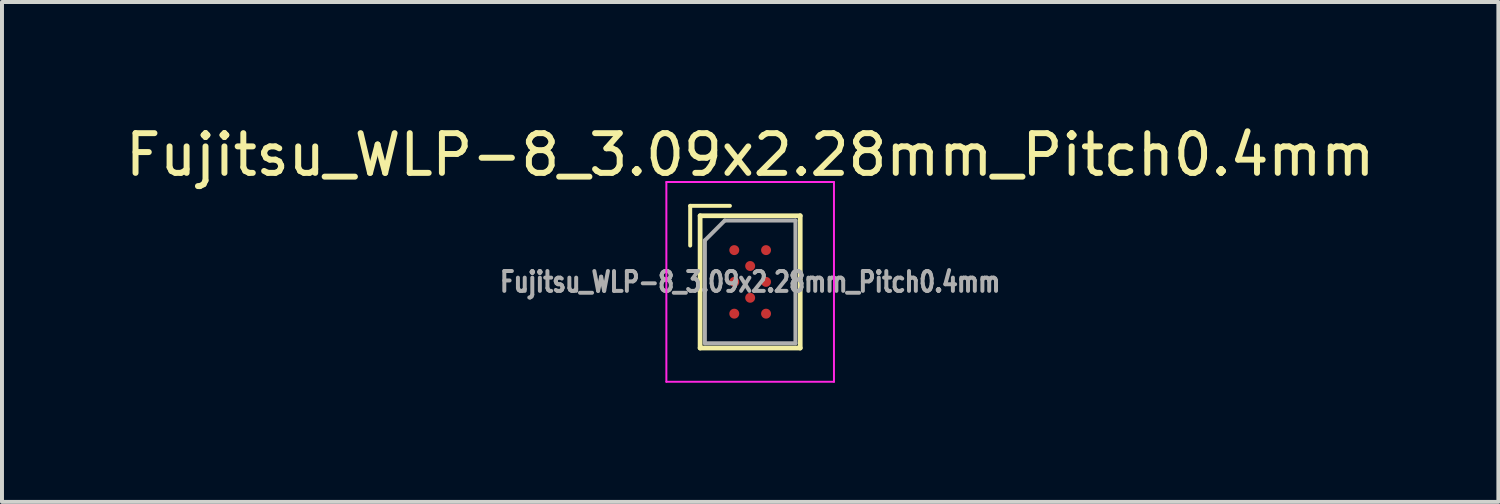
<source format=kicad_pcb>
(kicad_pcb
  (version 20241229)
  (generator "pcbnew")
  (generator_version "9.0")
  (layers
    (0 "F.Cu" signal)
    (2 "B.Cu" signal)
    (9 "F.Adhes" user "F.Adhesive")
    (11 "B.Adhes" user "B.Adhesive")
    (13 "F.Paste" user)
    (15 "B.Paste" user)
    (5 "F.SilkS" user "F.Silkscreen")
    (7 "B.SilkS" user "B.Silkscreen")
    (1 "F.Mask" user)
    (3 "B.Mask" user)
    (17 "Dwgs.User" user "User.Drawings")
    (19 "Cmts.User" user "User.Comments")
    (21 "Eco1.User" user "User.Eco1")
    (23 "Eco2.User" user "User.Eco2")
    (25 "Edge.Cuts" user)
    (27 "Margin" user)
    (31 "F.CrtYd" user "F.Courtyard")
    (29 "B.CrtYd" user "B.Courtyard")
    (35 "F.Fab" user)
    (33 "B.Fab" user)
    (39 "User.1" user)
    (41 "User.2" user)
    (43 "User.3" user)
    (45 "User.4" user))
  (footprint "Fujitsu_WLP-8_3.09x2.28mm_Pitch0.4mm"
    (layer "F.Cu")
    (at 15.839 4.048)
    (property "Reference" "Fujitsu_WLP-8_3.09x2.28mm_Pitch0.4mm" (at 0 -3.2 0) (layer "F.SilkS") (effects (font (size 1 1) (thickness 0.15))))
    (attr through_hole)
    (fp_line (start -1.51 -1.915) (end -1.51 -0.915) (stroke (width 0.1) (type solid)) (layer "F.SilkS"))
    (fp_line (start -1.26 -1.665) (end 1.26 -1.665) (stroke (width 0.12) (type solid)) (layer "F.SilkS"))
    (fp_line (start -1.26 1.665) (end -1.26 -1.665) (stroke (width 0.12) (type solid)) (layer "F.SilkS"))
    (fp_line (start -0.51 -1.915) (end -1.51 -1.915) (stroke (width 0.1) (type solid)) (layer "F.SilkS"))
    (fp_line (start 1.26 -1.665) (end 1.26 1.665) (stroke (width 0.12) (type solid)) (layer "F.SilkS"))
    (fp_line (start 1.26 1.665) (end -1.26 1.665) (stroke (width 0.12) (type solid)) (layer "F.SilkS"))
    (fp_line (start -2.11 -2.515) (end 2.11 -2.515) (stroke (width 0.05) (type solid)) (layer "F.CrtYd"))
    (fp_line (start -2.11 2.515) (end -2.11 -2.515) (stroke (width 0.05) (type solid)) (layer "F.CrtYd"))
    (fp_line (start 2.11 -2.515) (end 2.11 2.515) (stroke (width 0.05) (type solid)) (layer "F.CrtYd"))
    (fp_line (start 2.11 2.515) (end -2.11 2.515) (stroke (width 0.05) (type solid)) (layer "F.CrtYd"))
    (fp_line (start -1.14 -1.045) (end -0.64 -1.545) (stroke (width 0.1) (type solid)) (layer "F.Fab"))
    (fp_line (start -1.14 1.545) (end -1.14 -1.045) (stroke (width 0.1) (type solid)) (layer "F.Fab"))
    (fp_line (start -0.64 -1.545) (end 1.14 -1.545) (stroke (width 0.1) (type solid)) (layer "F.Fab"))
    (fp_line (start 1.14 -1.545) (end 1.14 1.545) (stroke (width 0.1) (type solid)) (layer "F.Fab"))
    (fp_line (start 1.14 1.545) (end -1.14 1.545) (stroke (width 0.1) (type solid)) (layer "F.Fab"))
    (fp_text user "${REFERENCE}" (at 0 0 0) (layer "F.Fab") (effects (font (size 0.5 0.4) (thickness 0.1))))
    (pad "1A" smd circle (at -0.4 -0.8) (size 0.25 0.25) (layers "F.Cu" "F.Mask" "F.Paste"))
    (pad "1C" smd circle (at -0.4 0) (size 0.25 0.25) (layers "F.Cu" "F.Mask" "F.Paste"))
    (pad "1E" smd circle (at -0.4 0.8) (size 0.25 0.25) (layers "F.Cu" "F.Mask" "F.Paste"))
    (pad "2B" smd circle (at 0 -0.4) (size 0.25 0.25) (layers "F.Cu" "F.Mask" "F.Paste"))
    (pad "2D" smd circle (at 0 0.4) (size 0.25 0.25) (layers "F.Cu" "F.Mask" "F.Paste"))
    (pad "3A" smd circle (at 0.4 -0.8) (size 0.25 0.25) (layers "F.Cu" "F.Mask" "F.Paste"))
    (pad "3C" smd circle (at 0.4 0) (size 0.25 0.25) (layers "F.Cu" "F.Mask" "F.Paste"))
    (pad "3E" smd circle (at 0.4 0.8) (size 0.25 0.25) (layers "F.Cu" "F.Mask" "F.Paste")))
  (gr_rect
    (start -3 -3)
    (end 34.679 9.588)
    (stroke (width 0.1) (type default))
    (fill no)
    (layer "Edge.Cuts")))
</source>
